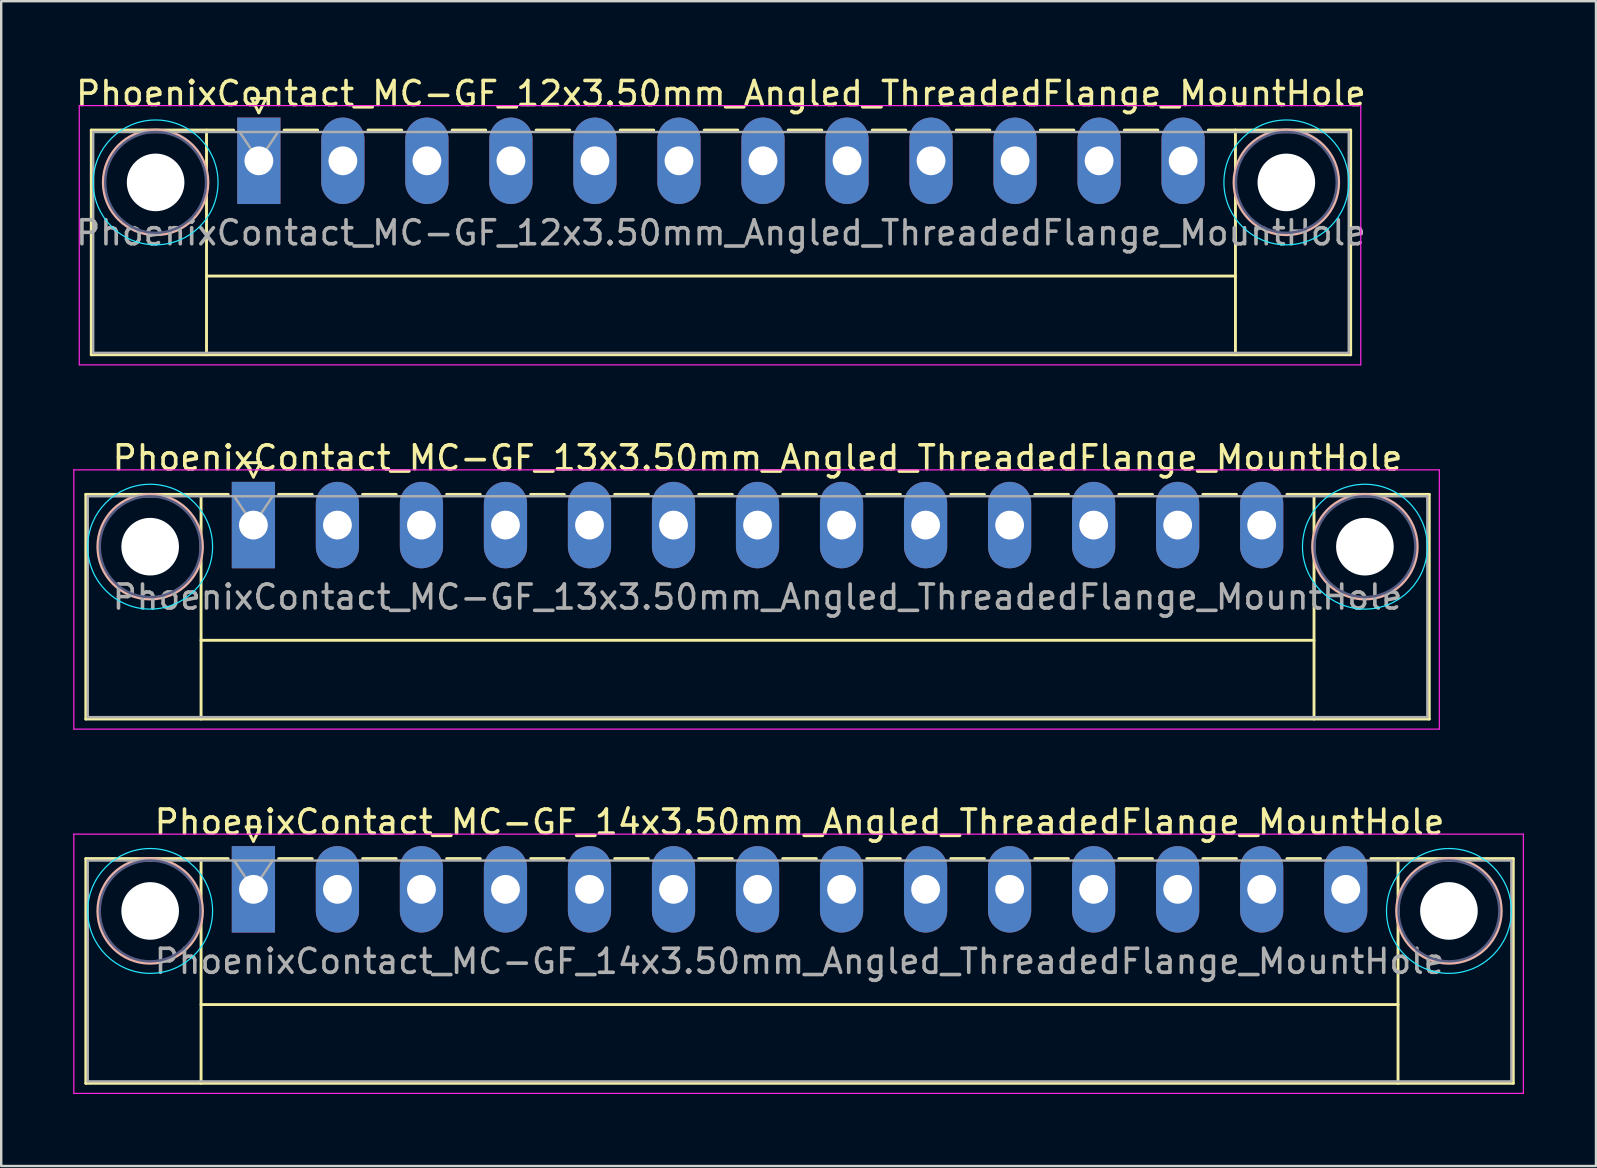
<source format=kicad_pcb>
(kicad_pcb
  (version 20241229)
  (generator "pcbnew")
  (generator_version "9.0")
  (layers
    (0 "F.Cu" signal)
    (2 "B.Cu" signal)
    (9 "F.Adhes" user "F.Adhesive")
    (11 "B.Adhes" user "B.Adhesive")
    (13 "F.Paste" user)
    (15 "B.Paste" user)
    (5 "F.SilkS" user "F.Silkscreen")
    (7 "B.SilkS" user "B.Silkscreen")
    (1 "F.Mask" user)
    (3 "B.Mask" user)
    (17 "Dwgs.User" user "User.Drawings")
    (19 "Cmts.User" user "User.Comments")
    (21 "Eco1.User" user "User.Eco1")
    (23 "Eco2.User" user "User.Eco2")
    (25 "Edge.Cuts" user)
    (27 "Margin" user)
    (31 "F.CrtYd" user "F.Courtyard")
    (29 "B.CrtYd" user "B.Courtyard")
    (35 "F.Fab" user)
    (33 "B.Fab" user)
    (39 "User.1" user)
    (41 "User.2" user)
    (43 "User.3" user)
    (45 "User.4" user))
  (footprint "PhoenixContact_MC-GF_12x3.50mm_Angled_ThreadedFlange_MountHole"
    (layer "F.Cu")
    (at 7.732 3.648)
    (property "Reference" "PhoenixContact_MC-GF_12x3.50mm_Angled_ThreadedFlange_MountHole" (at 19.25 -2.8 0) (layer "F.SilkS") (effects (font (size 1 1) (thickness 0.15))))
    (attr through_hole)
    (fp_line (start -6.98 -1.28) (end -6.98 8.08) (stroke (width 0.12) (type solid)) (layer "F.SilkS"))
    (fp_line (start -6.98 -1.28) (end -1.05 -1.28) (stroke (width 0.12) (type solid)) (layer "F.SilkS"))
    (fp_line (start -6.98 8.08) (end 45.48 8.08) (stroke (width 0.12) (type solid)) (layer "F.SilkS"))
    (fp_line (start -2.18 -1.28) (end -2.18 8.08) (stroke (width 0.12) (type solid)) (layer "F.SilkS"))
    (fp_line (start -2.18 4.8) (end 40.68 4.8) (stroke (width 0.12) (type solid)) (layer "F.SilkS"))
    (fp_line (start -0.3 -2.6) (end 0.3 -2.6) (stroke (width 0.12) (type solid)) (layer "F.SilkS"))
    (fp_line (start 0 -2) (end -0.3 -2.6) (stroke (width 0.12) (type solid)) (layer "F.SilkS"))
    (fp_line (start 0.3 -2.6) (end 0 -2) (stroke (width 0.12) (type solid)) (layer "F.SilkS"))
    (fp_line (start 1.05 -1.28) (end 2.45 -1.28) (stroke (width 0.12) (type solid)) (layer "F.SilkS"))
    (fp_line (start 4.55 -1.28) (end 5.95 -1.28) (stroke (width 0.12) (type solid)) (layer "F.SilkS"))
    (fp_line (start 8.05 -1.28) (end 9.45 -1.28) (stroke (width 0.12) (type solid)) (layer "F.SilkS"))
    (fp_line (start 11.55 -1.28) (end 12.95 -1.28) (stroke (width 0.12) (type solid)) (layer "F.SilkS"))
    (fp_line (start 15.05 -1.28) (end 16.45 -1.28) (stroke (width 0.12) (type solid)) (layer "F.SilkS"))
    (fp_line (start 18.55 -1.28) (end 19.95 -1.28) (stroke (width 0.12) (type solid)) (layer "F.SilkS"))
    (fp_line (start 22.05 -1.28) (end 23.45 -1.28) (stroke (width 0.12) (type solid)) (layer "F.SilkS"))
    (fp_line (start 25.55 -1.28) (end 26.95 -1.28) (stroke (width 0.12) (type solid)) (layer "F.SilkS"))
    (fp_line (start 29.05 -1.28) (end 30.45 -1.28) (stroke (width 0.12) (type solid)) (layer "F.SilkS"))
    (fp_line (start 32.55 -1.28) (end 33.95 -1.28) (stroke (width 0.12) (type solid)) (layer "F.SilkS"))
    (fp_line (start 36.05 -1.28) (end 37.45 -1.28) (stroke (width 0.12) (type solid)) (layer "F.SilkS"))
    (fp_line (start 40.68 -1.28) (end 40.68 8.08) (stroke (width 0.12) (type solid)) (layer "F.SilkS"))
    (fp_line (start 45.48 -1.28) (end 39.55 -1.28) (stroke (width 0.12) (type solid)) (layer "F.SilkS"))
    (fp_line (start 45.48 8.08) (end 45.48 -1.28) (stroke (width 0.12) (type solid)) (layer "F.SilkS"))
    (fp_circle (center -4.3 0.9) (end -2.12 0.9) (stroke (width 0.12) (type solid)) (fill no) (layer "B.SilkS"))
    (fp_circle (center 42.8 0.9) (end 44.98 0.9) (stroke (width 0.12) (type solid)) (fill no) (layer "B.SilkS"))
    (fp_circle (center -4.3 0.9) (end -1.7 0.9) (stroke (width 0.05) (type solid)) (fill no) (layer "B.CrtYd"))
    (fp_circle (center 42.8 0.9) (end 45.4 0.9) (stroke (width 0.05) (type solid)) (fill no) (layer "B.CrtYd"))
    (fp_line (start -7.48 -2.3) (end -7.48 8.5) (stroke (width 0.05) (type solid)) (layer "F.CrtYd"))
    (fp_line (start -7.48 8.5) (end 45.9 8.5) (stroke (width 0.05) (type solid)) (layer "F.CrtYd"))
    (fp_line (start 45.9 -2.3) (end -7.48 -2.3) (stroke (width 0.05) (type solid)) (layer "F.CrtYd"))
    (fp_line (start 45.9 8.5) (end 45.9 -2.3) (stroke (width 0.05) (type solid)) (layer "F.CrtYd"))
    (fp_circle (center -4.3 0.9) (end -2.2 0.9) (stroke (width 0.1) (type solid)) (fill no) (layer "B.Fab"))
    (fp_circle (center 42.8 0.9) (end 44.9 0.9) (stroke (width 0.1) (type solid)) (fill no) (layer "B.Fab"))
    (fp_line (start -6.9 -1.2) (end -6.9 8) (stroke (width 0.1) (type solid)) (layer "F.Fab"))
    (fp_line (start -6.9 8) (end 45.4 8) (stroke (width 0.1) (type solid)) (layer "F.Fab"))
    (fp_line (start 0 0) (end -0.8 -1.2) (stroke (width 0.1) (type solid)) (layer "F.Fab"))
    (fp_line (start 0.8 -1.2) (end 0 0) (stroke (width 0.1) (type solid)) (layer "F.Fab"))
    (fp_line (start 45.4 -1.2) (end -6.9 -1.2) (stroke (width 0.1) (type solid)) (layer "F.Fab"))
    (fp_line (start 45.4 8) (end 45.4 -1.2) (stroke (width 0.1) (type solid)) (layer "F.Fab"))
    (fp_text user "${REFERENCE}" (at 19.25 3 0) (layer "F.Fab") (effects (font (size 1 1) (thickness 0.15))))
    (pad "" np_thru_hole circle (at -4.3 0.9) (size 2.4 2.4) (drill 2.4) (layers "*.Cu" "*.Mask"))
    (pad "" np_thru_hole circle (at 42.8 0.9) (size 2.4 2.4) (drill 2.4) (layers "*.Cu" "*.Mask"))
    (pad "1" thru_hole rect (at 0 0) (size 1.8 3.6) (drill 1.2) (layers "*.Cu" "*.Mask"))
    (pad "2" thru_hole oval (at 3.5 0) (size 1.8 3.6) (drill 1.2) (layers "*.Cu" "*.Mask"))
    (pad "3" thru_hole oval (at 7 0) (size 1.8 3.6) (drill 1.2) (layers "*.Cu" "*.Mask"))
    (pad "4" thru_hole oval (at 10.5 0) (size 1.8 3.6) (drill 1.2) (layers "*.Cu" "*.Mask"))
    (pad "5" thru_hole oval (at 14 0) (size 1.8 3.6) (drill 1.2) (layers "*.Cu" "*.Mask"))
    (pad "6" thru_hole oval (at 17.5 0) (size 1.8 3.6) (drill 1.2) (layers "*.Cu" "*.Mask"))
    (pad "7" thru_hole oval (at 21 0) (size 1.8 3.6) (drill 1.2) (layers "*.Cu" "*.Mask"))
    (pad "8" thru_hole oval (at 24.5 0) (size 1.8 3.6) (drill 1.2) (layers "*.Cu" "*.Mask"))
    (pad "9" thru_hole oval (at 28 0) (size 1.8 3.6) (drill 1.2) (layers "*.Cu" "*.Mask"))
    (pad "10" thru_hole oval (at 31.5 0) (size 1.8 3.6) (drill 1.2) (layers "*.Cu" "*.Mask"))
    (pad "11" thru_hole oval (at 35 0) (size 1.8 3.6) (drill 1.2) (layers "*.Cu" "*.Mask"))
    (pad "12" thru_hole oval (at 38.5 0) (size 1.8 3.6) (drill 1.2) (layers "*.Cu" "*.Mask")))
  (footprint "PhoenixContact_MC-GF_14x3.50mm_Angled_ThreadedFlange_MountHole"
    (layer "F.Cu")
    (at 7.505 33.995)
    (property "Reference" "PhoenixContact_MC-GF_14x3.50mm_Angled_ThreadedFlange_MountHole" (at 22.75 -2.8 0) (layer "F.SilkS") (effects (font (size 1 1) (thickness 0.15))))
    (attr through_hole)
    (fp_line (start -6.98 -1.28) (end -6.98 8.08) (stroke (width 0.12) (type solid)) (layer "F.SilkS"))
    (fp_line (start -6.98 -1.28) (end -1.05 -1.28) (stroke (width 0.12) (type solid)) (layer "F.SilkS"))
    (fp_line (start -6.98 8.08) (end 52.48 8.08) (stroke (width 0.12) (type solid)) (layer "F.SilkS"))
    (fp_line (start -2.18 -1.28) (end -2.18 8.08) (stroke (width 0.12) (type solid)) (layer "F.SilkS"))
    (fp_line (start -2.18 4.8) (end 47.68 4.8) (stroke (width 0.12) (type solid)) (layer "F.SilkS"))
    (fp_line (start -0.3 -2.6) (end 0.3 -2.6) (stroke (width 0.12) (type solid)) (layer "F.SilkS"))
    (fp_line (start 0 -2) (end -0.3 -2.6) (stroke (width 0.12) (type solid)) (layer "F.SilkS"))
    (fp_line (start 0.3 -2.6) (end 0 -2) (stroke (width 0.12) (type solid)) (layer "F.SilkS"))
    (fp_line (start 1.05 -1.28) (end 2.45 -1.28) (stroke (width 0.12) (type solid)) (layer "F.SilkS"))
    (fp_line (start 4.55 -1.28) (end 5.95 -1.28) (stroke (width 0.12) (type solid)) (layer "F.SilkS"))
    (fp_line (start 8.05 -1.28) (end 9.45 -1.28) (stroke (width 0.12) (type solid)) (layer "F.SilkS"))
    (fp_line (start 11.55 -1.28) (end 12.95 -1.28) (stroke (width 0.12) (type solid)) (layer "F.SilkS"))
    (fp_line (start 15.05 -1.28) (end 16.45 -1.28) (stroke (width 0.12) (type solid)) (layer "F.SilkS"))
    (fp_line (start 18.55 -1.28) (end 19.95 -1.28) (stroke (width 0.12) (type solid)) (layer "F.SilkS"))
    (fp_line (start 22.05 -1.28) (end 23.45 -1.28) (stroke (width 0.12) (type solid)) (layer "F.SilkS"))
    (fp_line (start 25.55 -1.28) (end 26.95 -1.28) (stroke (width 0.12) (type solid)) (layer "F.SilkS"))
    (fp_line (start 29.05 -1.28) (end 30.45 -1.28) (stroke (width 0.12) (type solid)) (layer "F.SilkS"))
    (fp_line (start 32.55 -1.28) (end 33.95 -1.28) (stroke (width 0.12) (type solid)) (layer "F.SilkS"))
    (fp_line (start 36.05 -1.28) (end 37.45 -1.28) (stroke (width 0.12) (type solid)) (layer "F.SilkS"))
    (fp_line (start 39.55 -1.28) (end 40.95 -1.28) (stroke (width 0.12) (type solid)) (layer "F.SilkS"))
    (fp_line (start 43.05 -1.28) (end 44.45 -1.28) (stroke (width 0.12) (type solid)) (layer "F.SilkS"))
    (fp_line (start 47.68 -1.28) (end 47.68 8.08) (stroke (width 0.12) (type solid)) (layer "F.SilkS"))
    (fp_line (start 52.48 -1.28) (end 46.55 -1.28) (stroke (width 0.12) (type solid)) (layer "F.SilkS"))
    (fp_line (start 52.48 8.08) (end 52.48 -1.28) (stroke (width 0.12) (type solid)) (layer "F.SilkS"))
    (fp_circle (center -4.3 0.9) (end -2.12 0.9) (stroke (width 0.12) (type solid)) (fill no) (layer "B.SilkS"))
    (fp_circle (center 49.8 0.9) (end 51.98 0.9) (stroke (width 0.12) (type solid)) (fill no) (layer "B.SilkS"))
    (fp_circle (center -4.3 0.9) (end -1.7 0.9) (stroke (width 0.05) (type solid)) (fill no) (layer "B.CrtYd"))
    (fp_circle (center 49.8 0.9) (end 52.4 0.9) (stroke (width 0.05) (type solid)) (fill no) (layer "B.CrtYd"))
    (fp_line (start -7.48 -2.3) (end -7.48 8.5) (stroke (width 0.05) (type solid)) (layer "F.CrtYd"))
    (fp_line (start -7.48 8.5) (end 52.9 8.5) (stroke (width 0.05) (type solid)) (layer "F.CrtYd"))
    (fp_line (start 52.9 -2.3) (end -7.48 -2.3) (stroke (width 0.05) (type solid)) (layer "F.CrtYd"))
    (fp_line (start 52.9 8.5) (end 52.9 -2.3) (stroke (width 0.05) (type solid)) (layer "F.CrtYd"))
    (fp_circle (center -4.3 0.9) (end -2.2 0.9) (stroke (width 0.1) (type solid)) (fill no) (layer "B.Fab"))
    (fp_circle (center 49.8 0.9) (end 51.9 0.9) (stroke (width 0.1) (type solid)) (fill no) (layer "B.Fab"))
    (fp_line (start -6.9 -1.2) (end -6.9 8) (stroke (width 0.1) (type solid)) (layer "F.Fab"))
    (fp_line (start -6.9 8) (end 52.4 8) (stroke (width 0.1) (type solid)) (layer "F.Fab"))
    (fp_line (start 0 0) (end -0.8 -1.2) (stroke (width 0.1) (type solid)) (layer "F.Fab"))
    (fp_line (start 0.8 -1.2) (end 0 0) (stroke (width 0.1) (type solid)) (layer "F.Fab"))
    (fp_line (start 52.4 -1.2) (end -6.9 -1.2) (stroke (width 0.1) (type solid)) (layer "F.Fab"))
    (fp_line (start 52.4 8) (end 52.4 -1.2) (stroke (width 0.1) (type solid)) (layer "F.Fab"))
    (fp_text user "${REFERENCE}" (at 22.75 3 0) (layer "F.Fab") (effects (font (size 1 1) (thickness 0.15))))
    (pad "" np_thru_hole circle (at -4.3 0.9) (size 2.4 2.4) (drill 2.4) (layers "*.Cu" "*.Mask"))
    (pad "" np_thru_hole circle (at 49.8 0.9) (size 2.4 2.4) (drill 2.4) (layers "*.Cu" "*.Mask"))
    (pad "1" thru_hole rect (at 0 0) (size 1.8 3.6) (drill 1.2) (layers "*.Cu" "*.Mask"))
    (pad "2" thru_hole oval (at 3.5 0) (size 1.8 3.6) (drill 1.2) (layers "*.Cu" "*.Mask"))
    (pad "3" thru_hole oval (at 7 0) (size 1.8 3.6) (drill 1.2) (layers "*.Cu" "*.Mask"))
    (pad "4" thru_hole oval (at 10.5 0) (size 1.8 3.6) (drill 1.2) (layers "*.Cu" "*.Mask"))
    (pad "5" thru_hole oval (at 14 0) (size 1.8 3.6) (drill 1.2) (layers "*.Cu" "*.Mask"))
    (pad "6" thru_hole oval (at 17.5 0) (size 1.8 3.6) (drill 1.2) (layers "*.Cu" "*.Mask"))
    (pad "7" thru_hole oval (at 21 0) (size 1.8 3.6) (drill 1.2) (layers "*.Cu" "*.Mask"))
    (pad "8" thru_hole oval (at 24.5 0) (size 1.8 3.6) (drill 1.2) (layers "*.Cu" "*.Mask"))
    (pad "9" thru_hole oval (at 28 0) (size 1.8 3.6) (drill 1.2) (layers "*.Cu" "*.Mask"))
    (pad "10" thru_hole oval (at 31.5 0) (size 1.8 3.6) (drill 1.2) (layers "*.Cu" "*.Mask"))
    (pad "11" thru_hole oval (at 35 0) (size 1.8 3.6) (drill 1.2) (layers "*.Cu" "*.Mask"))
    (pad "12" thru_hole oval (at 38.5 0) (size 1.8 3.6) (drill 1.2) (layers "*.Cu" "*.Mask"))
    (pad "13" thru_hole oval (at 42 0) (size 1.8 3.6) (drill 1.2) (layers "*.Cu" "*.Mask"))
    (pad "14" thru_hole oval (at 45.5 0) (size 1.8 3.6) (drill 1.2) (layers "*.Cu" "*.Mask")))
  (footprint "PhoenixContact_MC-GF_13x3.50mm_Angled_ThreadedFlange_MountHole"
    (layer "F.Cu")
    (at 7.505 18.822)
    (property "Reference" "PhoenixContact_MC-GF_13x3.50mm_Angled_ThreadedFlange_MountHole" (at 21 -2.8 0) (layer "F.SilkS") (effects (font (size 1 1) (thickness 0.15))))
    (attr through_hole)
    (fp_line (start -6.98 -1.28) (end -6.98 8.08) (stroke (width 0.12) (type solid)) (layer "F.SilkS"))
    (fp_line (start -6.98 -1.28) (end -1.05 -1.28) (stroke (width 0.12) (type solid)) (layer "F.SilkS"))
    (fp_line (start -6.98 8.08) (end 48.98 8.08) (stroke (width 0.12) (type solid)) (layer "F.SilkS"))
    (fp_line (start -2.18 -1.28) (end -2.18 8.08) (stroke (width 0.12) (type solid)) (layer "F.SilkS"))
    (fp_line (start -2.18 4.8) (end 44.18 4.8) (stroke (width 0.12) (type solid)) (layer "F.SilkS"))
    (fp_line (start -0.3 -2.6) (end 0.3 -2.6) (stroke (width 0.12) (type solid)) (layer "F.SilkS"))
    (fp_line (start 0 -2) (end -0.3 -2.6) (stroke (width 0.12) (type solid)) (layer "F.SilkS"))
    (fp_line (start 0.3 -2.6) (end 0 -2) (stroke (width 0.12) (type solid)) (layer "F.SilkS"))
    (fp_line (start 1.05 -1.28) (end 2.45 -1.28) (stroke (width 0.12) (type solid)) (layer "F.SilkS"))
    (fp_line (start 4.55 -1.28) (end 5.95 -1.28) (stroke (width 0.12) (type solid)) (layer "F.SilkS"))
    (fp_line (start 8.05 -1.28) (end 9.45 -1.28) (stroke (width 0.12) (type solid)) (layer "F.SilkS"))
    (fp_line (start 11.55 -1.28) (end 12.95 -1.28) (stroke (width 0.12) (type solid)) (layer "F.SilkS"))
    (fp_line (start 15.05 -1.28) (end 16.45 -1.28) (stroke (width 0.12) (type solid)) (layer "F.SilkS"))
    (fp_line (start 18.55 -1.28) (end 19.95 -1.28) (stroke (width 0.12) (type solid)) (layer "F.SilkS"))
    (fp_line (start 22.05 -1.28) (end 23.45 -1.28) (stroke (width 0.12) (type solid)) (layer "F.SilkS"))
    (fp_line (start 25.55 -1.28) (end 26.95 -1.28) (stroke (width 0.12) (type solid)) (layer "F.SilkS"))
    (fp_line (start 29.05 -1.28) (end 30.45 -1.28) (stroke (width 0.12) (type solid)) (layer "F.SilkS"))
    (fp_line (start 32.55 -1.28) (end 33.95 -1.28) (stroke (width 0.12) (type solid)) (layer "F.SilkS"))
    (fp_line (start 36.05 -1.28) (end 37.45 -1.28) (stroke (width 0.12) (type solid)) (layer "F.SilkS"))
    (fp_line (start 39.55 -1.28) (end 40.95 -1.28) (stroke (width 0.12) (type solid)) (layer "F.SilkS"))
    (fp_line (start 44.18 -1.28) (end 44.18 8.08) (stroke (width 0.12) (type solid)) (layer "F.SilkS"))
    (fp_line (start 48.98 -1.28) (end 43.05 -1.28) (stroke (width 0.12) (type solid)) (layer "F.SilkS"))
    (fp_line (start 48.98 8.08) (end 48.98 -1.28) (stroke (width 0.12) (type solid)) (layer "F.SilkS"))
    (fp_circle (center -4.3 0.9) (end -2.12 0.9) (stroke (width 0.12) (type solid)) (fill no) (layer "B.SilkS"))
    (fp_circle (center 46.3 0.9) (end 48.48 0.9) (stroke (width 0.12) (type solid)) (fill no) (layer "B.SilkS"))
    (fp_circle (center -4.3 0.9) (end -1.7 0.9) (stroke (width 0.05) (type solid)) (fill no) (layer "B.CrtYd"))
    (fp_circle (center 46.3 0.9) (end 48.9 0.9) (stroke (width 0.05) (type solid)) (fill no) (layer "B.CrtYd"))
    (fp_line (start -7.48 -2.3) (end -7.48 8.5) (stroke (width 0.05) (type solid)) (layer "F.CrtYd"))
    (fp_line (start -7.48 8.5) (end 49.4 8.5) (stroke (width 0.05) (type solid)) (layer "F.CrtYd"))
    (fp_line (start 49.4 -2.3) (end -7.48 -2.3) (stroke (width 0.05) (type solid)) (layer "F.CrtYd"))
    (fp_line (start 49.4 8.5) (end 49.4 -2.3) (stroke (width 0.05) (type solid)) (layer "F.CrtYd"))
    (fp_circle (center -4.3 0.9) (end -2.2 0.9) (stroke (width 0.1) (type solid)) (fill no) (layer "B.Fab"))
    (fp_circle (center 46.3 0.9) (end 48.4 0.9) (stroke (width 0.1) (type solid)) (fill no) (layer "B.Fab"))
    (fp_line (start -6.9 -1.2) (end -6.9 8) (stroke (width 0.1) (type solid)) (layer "F.Fab"))
    (fp_line (start -6.9 8) (end 48.9 8) (stroke (width 0.1) (type solid)) (layer "F.Fab"))
    (fp_line (start 0 0) (end -0.8 -1.2) (stroke (width 0.1) (type solid)) (layer "F.Fab"))
    (fp_line (start 0.8 -1.2) (end 0 0) (stroke (width 0.1) (type solid)) (layer "F.Fab"))
    (fp_line (start 48.9 -1.2) (end -6.9 -1.2) (stroke (width 0.1) (type solid)) (layer "F.Fab"))
    (fp_line (start 48.9 8) (end 48.9 -1.2) (stroke (width 0.1) (type solid)) (layer "F.Fab"))
    (fp_text user "${REFERENCE}" (at 21 3 0) (layer "F.Fab") (effects (font (size 1 1) (thickness 0.15))))
    (pad "" np_thru_hole circle (at -4.3 0.9) (size 2.4 2.4) (drill 2.4) (layers "*.Cu" "*.Mask"))
    (pad "" np_thru_hole circle (at 46.3 0.9) (size 2.4 2.4) (drill 2.4) (layers "*.Cu" "*.Mask"))
    (pad "1" thru_hole rect (at 0 0) (size 1.8 3.6) (drill 1.2) (layers "*.Cu" "*.Mask"))
    (pad "2" thru_hole oval (at 3.5 0) (size 1.8 3.6) (drill 1.2) (layers "*.Cu" "*.Mask"))
    (pad "3" thru_hole oval (at 7 0) (size 1.8 3.6) (drill 1.2) (layers "*.Cu" "*.Mask"))
    (pad "4" thru_hole oval (at 10.5 0) (size 1.8 3.6) (drill 1.2) (layers "*.Cu" "*.Mask"))
    (pad "5" thru_hole oval (at 14 0) (size 1.8 3.6) (drill 1.2) (layers "*.Cu" "*.Mask"))
    (pad "6" thru_hole oval (at 17.5 0) (size 1.8 3.6) (drill 1.2) (layers "*.Cu" "*.Mask"))
    (pad "7" thru_hole oval (at 21 0) (size 1.8 3.6) (drill 1.2) (layers "*.Cu" "*.Mask"))
    (pad "8" thru_hole oval (at 24.5 0) (size 1.8 3.6) (drill 1.2) (layers "*.Cu" "*.Mask"))
    (pad "9" thru_hole oval (at 28 0) (size 1.8 3.6) (drill 1.2) (layers "*.Cu" "*.Mask"))
    (pad "10" thru_hole oval (at 31.5 0) (size 1.8 3.6) (drill 1.2) (layers "*.Cu" "*.Mask"))
    (pad "11" thru_hole oval (at 35 0) (size 1.8 3.6) (drill 1.2) (layers "*.Cu" "*.Mask"))
    (pad "12" thru_hole oval (at 38.5 0) (size 1.8 3.6) (drill 1.2) (layers "*.Cu" "*.Mask"))
    (pad "13" thru_hole oval (at 42 0) (size 1.8 3.6) (drill 1.2) (layers "*.Cu" "*.Mask")))
  (gr_rect
    (start -3 -3)
    (end 63.43 45.52)
    (stroke (width 0.1) (type default))
    (fill no)
    (layer "Edge.Cuts")))
</source>
